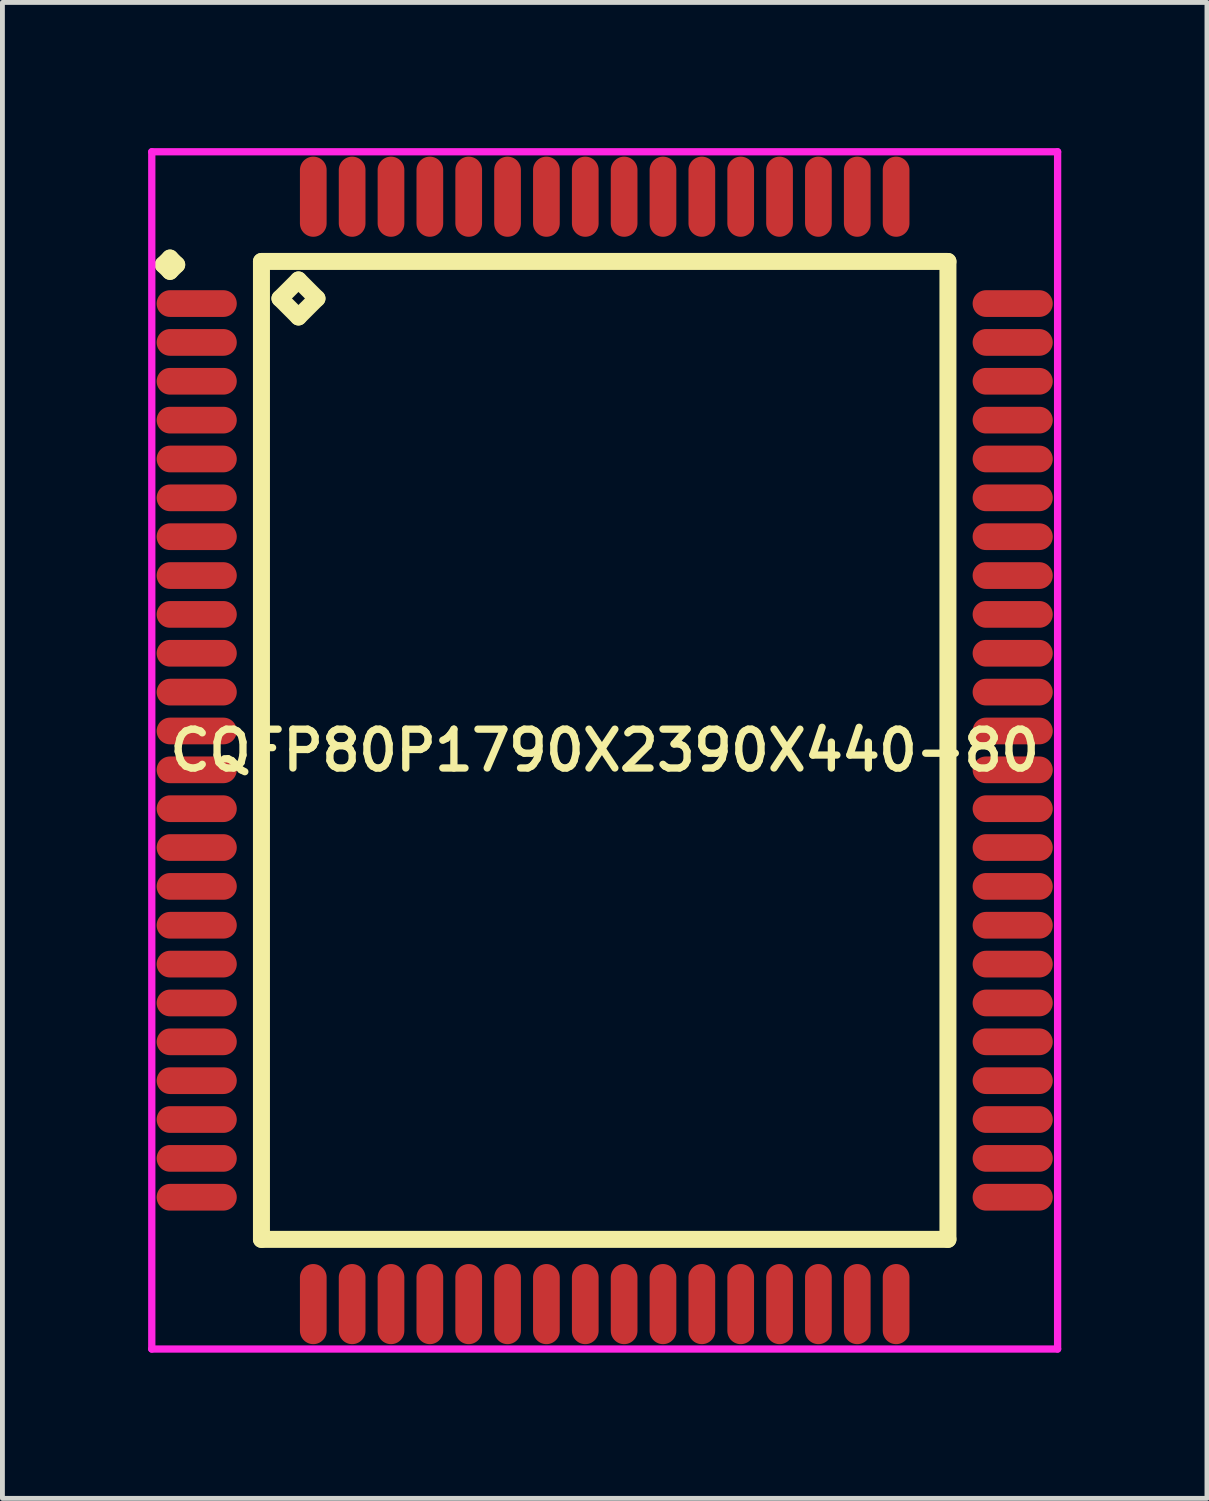
<source format=kicad_pcb>
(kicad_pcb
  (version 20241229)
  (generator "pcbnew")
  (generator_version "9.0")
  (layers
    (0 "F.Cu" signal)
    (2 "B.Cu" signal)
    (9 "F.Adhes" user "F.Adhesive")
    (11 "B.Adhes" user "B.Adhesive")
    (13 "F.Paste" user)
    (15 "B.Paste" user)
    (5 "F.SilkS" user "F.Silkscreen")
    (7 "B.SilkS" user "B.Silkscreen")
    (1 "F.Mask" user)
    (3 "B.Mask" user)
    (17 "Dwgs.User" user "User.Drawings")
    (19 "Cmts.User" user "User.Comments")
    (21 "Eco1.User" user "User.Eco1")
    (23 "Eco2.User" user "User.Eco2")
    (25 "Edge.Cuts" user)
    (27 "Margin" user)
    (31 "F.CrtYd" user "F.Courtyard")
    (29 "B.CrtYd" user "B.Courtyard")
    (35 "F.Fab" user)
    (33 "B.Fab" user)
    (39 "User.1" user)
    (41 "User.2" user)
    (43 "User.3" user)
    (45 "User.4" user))
  (footprint "CQFP80P1790X2390X440-80"
    (layer "F.Cu")
    (at 9.4 12.4)
    (property "Reference" "CQFP80P1790X2390X440-80" (at 0 0 0) (layer "F.SilkS") (effects (font (size 0.8 0.8) (thickness 0.15))))
    (attr smd)
    (fp_line (start -9.088 -10) (end -8.95 -10.137) (stroke (width 0.35) (type solid)) (layer "F.SilkS"))
    (fp_line (start -8.95 -10.137) (end -8.812 -10) (stroke (width 0.35) (type solid)) (layer "F.SilkS"))
    (fp_line (start -8.95 -9.863) (end -9.088 -10) (stroke (width 0.35) (type solid)) (layer "F.SilkS"))
    (fp_line (start -8.812 -10) (end -8.95 -9.863) (stroke (width 0.35) (type solid)) (layer "F.SilkS"))
    (fp_line (start -7.067 -10.067) (end -7.067 10.067) (stroke (width 0.35) (type solid)) (layer "F.SilkS"))
    (fp_line (start -7.067 10.067) (end 7.067 10.067) (stroke (width 0.35) (type solid)) (layer "F.SilkS"))
    (fp_line (start -6.686 -9.305) (end -6.305 -9.686) (stroke (width 0.35) (type solid)) (layer "F.SilkS"))
    (fp_line (start -6.305 -9.686) (end -5.924 -9.305) (stroke (width 0.35) (type solid)) (layer "F.SilkS"))
    (fp_line (start -6.305 -8.924) (end -6.686 -9.305) (stroke (width 0.35) (type solid)) (layer "F.SilkS"))
    (fp_line (start -5.924 -9.305) (end -6.305 -8.924) (stroke (width 0.35) (type solid)) (layer "F.SilkS"))
    (fp_line (start 7.067 -10.067) (end -7.067 -10.067) (stroke (width 0.35) (type solid)) (layer "F.SilkS"))
    (fp_line (start 7.067 10.067) (end 7.067 -10.067) (stroke (width 0.35) (type solid)) (layer "F.SilkS"))
    (fp_line (start -9.325 -12.325) (end 9.325 -12.325) (stroke (width 0.15) (type solid)) (layer "F.CrtYd"))
    (fp_line (start -9.325 12.325) (end -9.325 -12.325) (stroke (width 0.15) (type solid)) (layer "F.CrtYd"))
    (fp_line (start 9.325 -12.325) (end 9.325 12.325) (stroke (width 0.15) (type solid)) (layer "F.CrtYd"))
    (fp_line (start 9.325 12.325) (end -9.325 12.325) (stroke (width 0.15) (type solid)) (layer "F.CrtYd"))
    (pad "1" smd oval (at -8.4 -9.2) (size 1.65 0.55) (layers "F.Cu" "F.Mask" "F.Paste"))
    (pad "2" smd oval (at -8.4 -8.4) (size 1.65 0.55) (layers "F.Cu" "F.Mask" "F.Paste"))
    (pad "3" smd oval (at -8.4 -7.6) (size 1.65 0.55) (layers "F.Cu" "F.Mask" "F.Paste"))
    (pad "4" smd oval (at -8.4 -6.8) (size 1.65 0.55) (layers "F.Cu" "F.Mask" "F.Paste"))
    (pad "5" smd oval (at -8.4 -6) (size 1.65 0.55) (layers "F.Cu" "F.Mask" "F.Paste"))
    (pad "6" smd oval (at -8.4 -5.2) (size 1.65 0.55) (layers "F.Cu" "F.Mask" "F.Paste"))
    (pad "7" smd oval (at -8.4 -4.4) (size 1.65 0.55) (layers "F.Cu" "F.Mask" "F.Paste"))
    (pad "8" smd oval (at -8.4 -3.6) (size 1.65 0.55) (layers "F.Cu" "F.Mask" "F.Paste"))
    (pad "9" smd oval (at -8.4 -2.8) (size 1.65 0.55) (layers "F.Cu" "F.Mask" "F.Paste"))
    (pad "10" smd oval (at -8.4 -2) (size 1.65 0.55) (layers "F.Cu" "F.Mask" "F.Paste"))
    (pad "11" smd oval (at -8.4 -1.2) (size 1.65 0.55) (layers "F.Cu" "F.Mask" "F.Paste"))
    (pad "12" smd oval (at -8.4 -0.4) (size 1.65 0.55) (layers "F.Cu" "F.Mask" "F.Paste"))
    (pad "13" smd oval (at -8.4 0.4) (size 1.65 0.55) (layers "F.Cu" "F.Mask" "F.Paste"))
    (pad "14" smd oval (at -8.4 1.2) (size 1.65 0.55) (layers "F.Cu" "F.Mask" "F.Paste"))
    (pad "15" smd oval (at -8.4 2) (size 1.65 0.55) (layers "F.Cu" "F.Mask" "F.Paste"))
    (pad "16" smd oval (at -8.4 2.8) (size 1.65 0.55) (layers "F.Cu" "F.Mask" "F.Paste"))
    (pad "17" smd oval (at -8.4 3.6) (size 1.65 0.55) (layers "F.Cu" "F.Mask" "F.Paste"))
    (pad "18" smd oval (at -8.4 4.4) (size 1.65 0.55) (layers "F.Cu" "F.Mask" "F.Paste"))
    (pad "19" smd oval (at -8.4 5.2) (size 1.65 0.55) (layers "F.Cu" "F.Mask" "F.Paste"))
    (pad "20" smd oval (at -8.4 6) (size 1.65 0.55) (layers "F.Cu" "F.Mask" "F.Paste"))
    (pad "21" smd oval (at -8.4 6.8) (size 1.65 0.55) (layers "F.Cu" "F.Mask" "F.Paste"))
    (pad "22" smd oval (at -8.4 7.6) (size 1.65 0.55) (layers "F.Cu" "F.Mask" "F.Paste"))
    (pad "23" smd oval (at -8.4 8.4) (size 1.65 0.55) (layers "F.Cu" "F.Mask" "F.Paste"))
    (pad "24" smd oval (at -8.4 9.2) (size 1.65 0.55) (layers "F.Cu" "F.Mask" "F.Paste"))
    (pad "25" smd oval (at -6 11.4) (size 0.55 1.65) (layers "F.Cu" "F.Mask" "F.Paste"))
    (pad "26" smd oval (at -5.2 11.4) (size 0.55 1.65) (layers "F.Cu" "F.Mask" "F.Paste"))
    (pad "27" smd oval (at -4.4 11.4) (size 0.55 1.65) (layers "F.Cu" "F.Mask" "F.Paste"))
    (pad "28" smd oval (at -3.6 11.4) (size 0.55 1.65) (layers "F.Cu" "F.Mask" "F.Paste"))
    (pad "29" smd oval (at -2.8 11.4) (size 0.55 1.65) (layers "F.Cu" "F.Mask" "F.Paste"))
    (pad "30" smd oval (at -2 11.4) (size 0.55 1.65) (layers "F.Cu" "F.Mask" "F.Paste"))
    (pad "31" smd oval (at -1.2 11.4) (size 0.55 1.65) (layers "F.Cu" "F.Mask" "F.Paste"))
    (pad "32" smd oval (at -0.4 11.4) (size 0.55 1.65) (layers "F.Cu" "F.Mask" "F.Paste"))
    (pad "33" smd oval (at 0.4 11.4) (size 0.55 1.65) (layers "F.Cu" "F.Mask" "F.Paste"))
    (pad "34" smd oval (at 1.2 11.4) (size 0.55 1.65) (layers "F.Cu" "F.Mask" "F.Paste"))
    (pad "35" smd oval (at 2 11.4) (size 0.55 1.65) (layers "F.Cu" "F.Mask" "F.Paste"))
    (pad "36" smd oval (at 2.8 11.4) (size 0.55 1.65) (layers "F.Cu" "F.Mask" "F.Paste"))
    (pad "37" smd oval (at 3.6 11.4) (size 0.55 1.65) (layers "F.Cu" "F.Mask" "F.Paste"))
    (pad "38" smd oval (at 4.4 11.4) (size 0.55 1.65) (layers "F.Cu" "F.Mask" "F.Paste"))
    (pad "39" smd oval (at 5.2 11.4) (size 0.55 1.65) (layers "F.Cu" "F.Mask" "F.Paste"))
    (pad "40" smd oval (at 6 11.4) (size 0.55 1.65) (layers "F.Cu" "F.Mask" "F.Paste"))
    (pad "41" smd oval (at 8.4 9.2) (size 1.65 0.55) (layers "F.Cu" "F.Mask" "F.Paste"))
    (pad "42" smd oval (at 8.4 8.4) (size 1.65 0.55) (layers "F.Cu" "F.Mask" "F.Paste"))
    (pad "43" smd oval (at 8.4 7.6) (size 1.65 0.55) (layers "F.Cu" "F.Mask" "F.Paste"))
    (pad "44" smd oval (at 8.4 6.8) (size 1.65 0.55) (layers "F.Cu" "F.Mask" "F.Paste"))
    (pad "45" smd oval (at 8.4 6) (size 1.65 0.55) (layers "F.Cu" "F.Mask" "F.Paste"))
    (pad "46" smd oval (at 8.4 5.2) (size 1.65 0.55) (layers "F.Cu" "F.Mask" "F.Paste"))
    (pad "47" smd oval (at 8.4 4.4) (size 1.65 0.55) (layers "F.Cu" "F.Mask" "F.Paste"))
    (pad "48" smd oval (at 8.4 3.6) (size 1.65 0.55) (layers "F.Cu" "F.Mask" "F.Paste"))
    (pad "49" smd oval (at 8.4 2.8) (size 1.65 0.55) (layers "F.Cu" "F.Mask" "F.Paste"))
    (pad "50" smd oval (at 8.4 2) (size 1.65 0.55) (layers "F.Cu" "F.Mask" "F.Paste"))
    (pad "51" smd oval (at 8.4 1.2) (size 1.65 0.55) (layers "F.Cu" "F.Mask" "F.Paste"))
    (pad "52" smd oval (at 8.4 0.4) (size 1.65 0.55) (layers "F.Cu" "F.Mask" "F.Paste"))
    (pad "53" smd oval (at 8.4 -0.4) (size 1.65 0.55) (layers "F.Cu" "F.Mask" "F.Paste"))
    (pad "54" smd oval (at 8.4 -1.2) (size 1.65 0.55) (layers "F.Cu" "F.Mask" "F.Paste"))
    (pad "55" smd oval (at 8.4 -2) (size 1.65 0.55) (layers "F.Cu" "F.Mask" "F.Paste"))
    (pad "56" smd oval (at 8.4 -2.8) (size 1.65 0.55) (layers "F.Cu" "F.Mask" "F.Paste"))
    (pad "57" smd oval (at 8.4 -3.6) (size 1.65 0.55) (layers "F.Cu" "F.Mask" "F.Paste"))
    (pad "58" smd oval (at 8.4 -4.4) (size 1.65 0.55) (layers "F.Cu" "F.Mask" "F.Paste"))
    (pad "59" smd oval (at 8.4 -5.2) (size 1.65 0.55) (layers "F.Cu" "F.Mask" "F.Paste"))
    (pad "60" smd oval (at 8.4 -6) (size 1.65 0.55) (layers "F.Cu" "F.Mask" "F.Paste"))
    (pad "61" smd oval (at 8.4 -6.8) (size 1.65 0.55) (layers "F.Cu" "F.Mask" "F.Paste"))
    (pad "62" smd oval (at 8.4 -7.6) (size 1.65 0.55) (layers "F.Cu" "F.Mask" "F.Paste"))
    (pad "63" smd oval (at 8.4 -8.4) (size 1.65 0.55) (layers "F.Cu" "F.Mask" "F.Paste"))
    (pad "64" smd oval (at 8.4 -9.2) (size 1.65 0.55) (layers "F.Cu" "F.Mask" "F.Paste"))
    (pad "65" smd oval (at 6 -11.4) (size 0.55 1.65) (layers "F.Cu" "F.Mask" "F.Paste"))
    (pad "66" smd oval (at 5.2 -11.4) (size 0.55 1.65) (layers "F.Cu" "F.Mask" "F.Paste"))
    (pad "67" smd oval (at 4.4 -11.4) (size 0.55 1.65) (layers "F.Cu" "F.Mask" "F.Paste"))
    (pad "68" smd oval (at 3.6 -11.4) (size 0.55 1.65) (layers "F.Cu" "F.Mask" "F.Paste"))
    (pad "69" smd oval (at 2.8 -11.4) (size 0.55 1.65) (layers "F.Cu" "F.Mask" "F.Paste"))
    (pad "70" smd oval (at 2 -11.4) (size 0.55 1.65) (layers "F.Cu" "F.Mask" "F.Paste"))
    (pad "71" smd oval (at 1.2 -11.4) (size 0.55 1.65) (layers "F.Cu" "F.Mask" "F.Paste"))
    (pad "72" smd oval (at 0.4 -11.4) (size 0.55 1.65) (layers "F.Cu" "F.Mask" "F.Paste"))
    (pad "73" smd oval (at -0.4 -11.4) (size 0.55 1.65) (layers "F.Cu" "F.Mask" "F.Paste"))
    (pad "74" smd oval (at -1.2 -11.4) (size 0.55 1.65) (layers "F.Cu" "F.Mask" "F.Paste"))
    (pad "75" smd oval (at -2 -11.4) (size 0.55 1.65) (layers "F.Cu" "F.Mask" "F.Paste"))
    (pad "76" smd oval (at -2.8 -11.4) (size 0.55 1.65) (layers "F.Cu" "F.Mask" "F.Paste"))
    (pad "77" smd oval (at -3.6 -11.4) (size 0.55 1.65) (layers "F.Cu" "F.Mask" "F.Paste"))
    (pad "78" smd oval (at -4.4 -11.4) (size 0.55 1.65) (layers "F.Cu" "F.Mask" "F.Paste"))
    (pad "79" smd oval (at -5.2 -11.4) (size 0.55 1.65) (layers "F.Cu" "F.Mask" "F.Paste"))
    (pad "80" smd oval (at -6 -11.4) (size 0.55 1.65) (layers "F.Cu" "F.Mask" "F.Paste")))
  (gr_rect
    (start -3 -3)
    (end 21.8 27.8)
    (stroke (width 0.1) (type default))
    (fill no)
    (layer "Edge.Cuts")))
</source>
